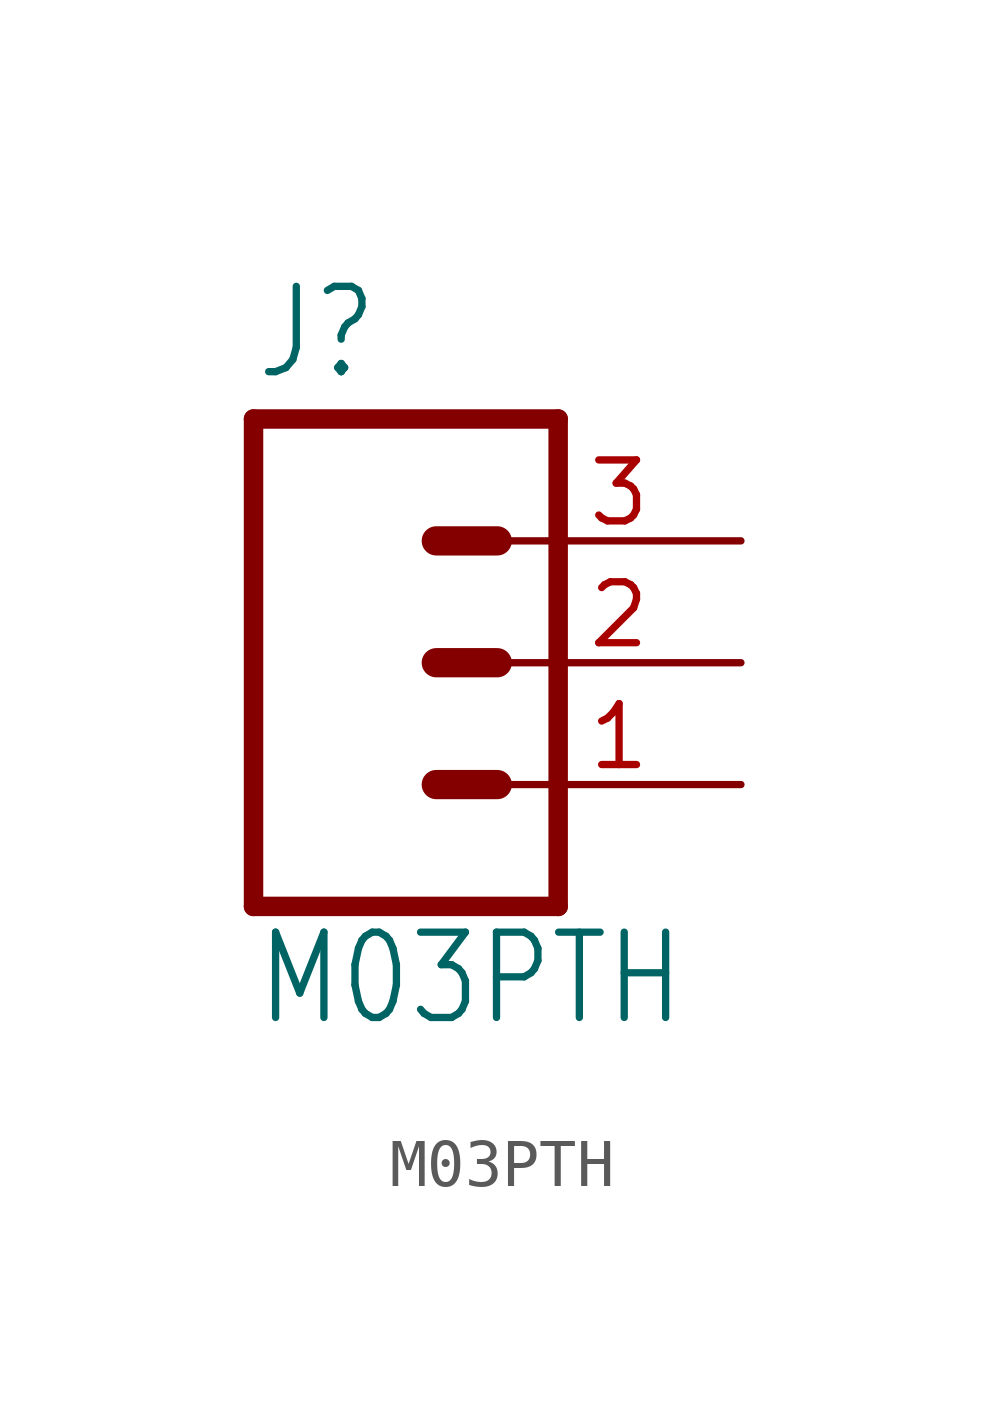
<source format=kicad_sym>
(kicad_symbol_lib
  (version 20220914)
  (generator kicad_symbol_editor)
  (symbol "M03PTH"
    (property "Reference" "J"
      (at -2.54 5.842 0)
      (effects (font (size 1.778 1.511)) (justify left bottom)))
    (property "Value" "M03PTH"
      (at -2.54 -7.62 0)
      (effects (font (size 1.778 1.511)) (justify left bottom)))
    (property "ki_locked" ""
      (at 0 0 0)
      (effects (font (size 1.27 1.27))))
    (symbol "M03PTH_1_0"
      (polyline (pts (xy -2.54 5.08) (xy -2.54 -5.08)) (stroke (width 0.406) (type default)) (fill (type none)))
      (polyline (pts (xy -2.54 5.08) (xy 3.81 5.08)) (stroke (width 0.406) (type default)) (fill (type none)))
      (polyline (pts (xy 1.27 -2.54) (xy 2.54 -2.54)) (stroke (width 0.61) (type default)) (fill (type none)))
      (polyline (pts (xy 1.27 0) (xy 2.54 0)) (stroke (width 0.61) (type default)) (fill (type none)))
      (polyline (pts (xy 1.27 2.54) (xy 2.54 2.54)) (stroke (width 0.61) (type default)) (fill (type none)))
      (polyline (pts (xy 3.81 -5.08) (xy -2.54 -5.08)) (stroke (width 0.406) (type default)) (fill (type none)))
      (polyline (pts (xy 3.81 -5.08) (xy 3.81 5.08)) (stroke (width 0.406) (type default)) (fill (type none)))
      (pin passive line (at 7.62 -2.54 180) (length 5.08) (name "1" (effects (font (size 0 0)))) (number "1" (effects (font (size 1.27 1.27)))))
      (pin passive line (at 7.62 0 180) (length 5.08) (name "2" (effects (font (size 0 0)))) (number "2" (effects (font (size 1.27 1.27)))))
      (pin passive line (at 7.62 2.54 180) (length 5.08) (name "3" (effects (font (size 0 0)))) (number "3" (effects (font (size 1.27 1.27))))))))
</source>
